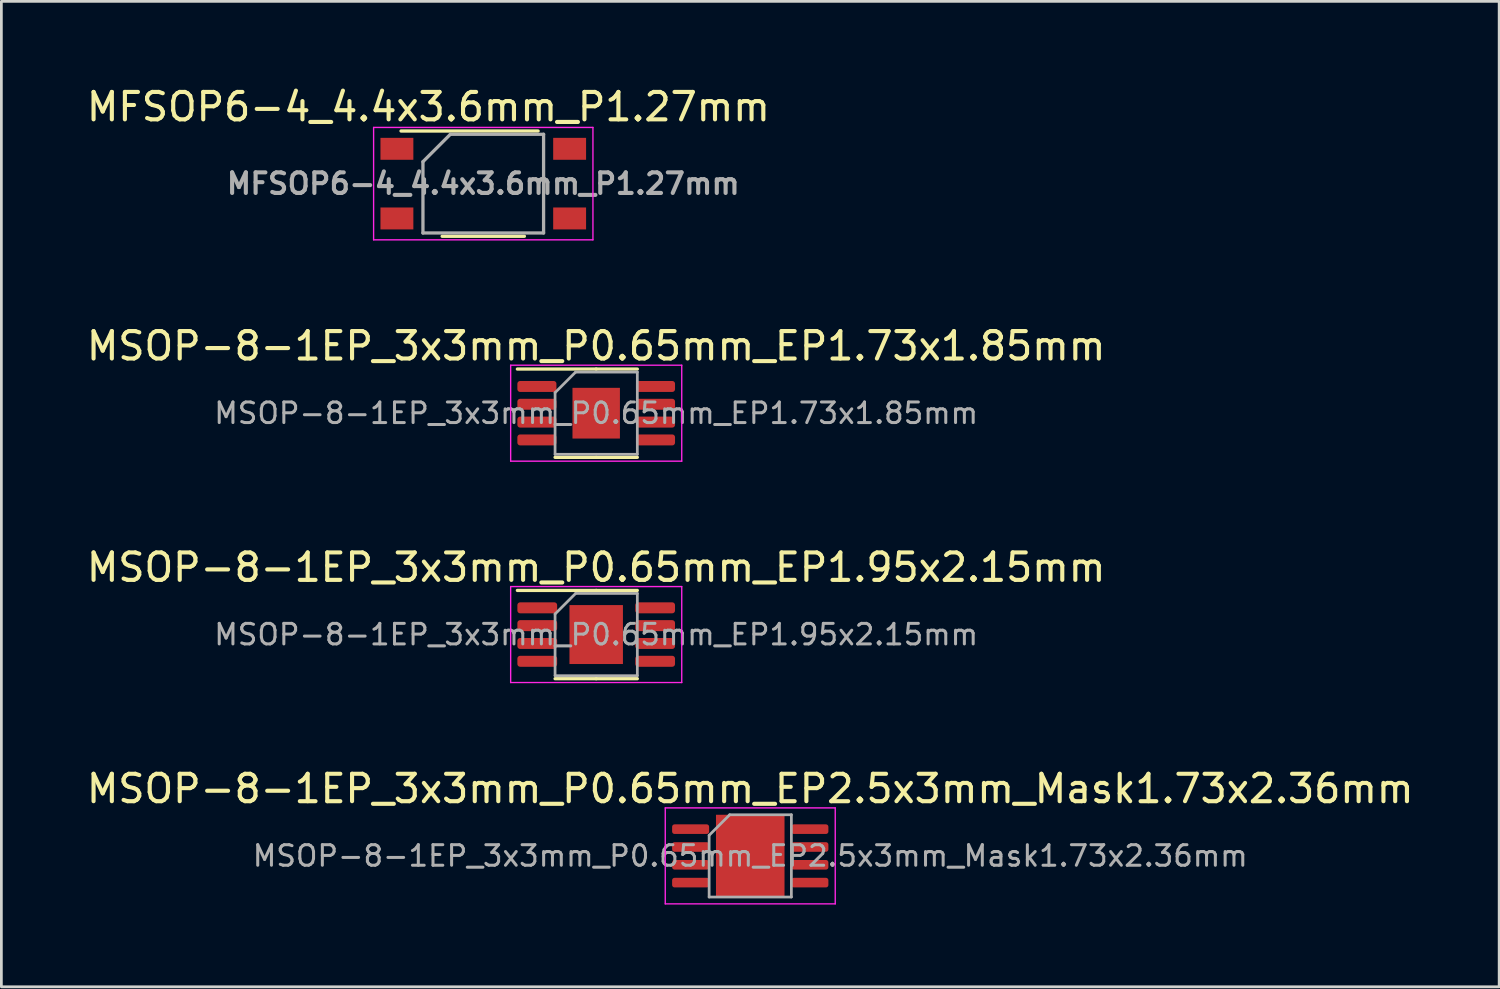
<source format=kicad_pcb>
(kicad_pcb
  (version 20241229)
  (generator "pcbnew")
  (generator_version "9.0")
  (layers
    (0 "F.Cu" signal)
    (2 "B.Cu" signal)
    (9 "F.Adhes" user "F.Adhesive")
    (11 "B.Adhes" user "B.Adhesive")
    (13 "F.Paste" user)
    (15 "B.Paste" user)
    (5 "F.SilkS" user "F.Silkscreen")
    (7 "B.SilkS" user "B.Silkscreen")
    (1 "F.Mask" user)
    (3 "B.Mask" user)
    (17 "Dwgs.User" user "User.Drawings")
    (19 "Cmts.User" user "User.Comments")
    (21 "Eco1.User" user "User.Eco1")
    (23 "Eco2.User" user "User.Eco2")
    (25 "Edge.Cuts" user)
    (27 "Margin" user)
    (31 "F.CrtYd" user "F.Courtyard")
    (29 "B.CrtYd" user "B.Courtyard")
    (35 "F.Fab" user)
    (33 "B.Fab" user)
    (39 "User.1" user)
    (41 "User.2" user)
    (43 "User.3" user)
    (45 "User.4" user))
  (footprint "MSOP-8-1EP_3x3mm_P0.65mm_EP2.5x3mm_Mask1.73x2.36mm"
    (layer "F.Cu")
    (at 24.315 28.168)
    (property "Reference" "MSOP-8-1EP_3x3mm_P0.65mm_EP2.5x3mm_Mask1.73x2.36mm" (at 0 -2.45 0) (layer "F.SilkS") (effects (font (size 1 1) (thickness 0.15))))
    (attr smd)
    (fp_line (start -3.1 -1.75) (end -3.1 1.75) (stroke (width 0.05) (type solid)) (layer "F.CrtYd"))
    (fp_line (start -3.1 1.75) (end 3.1 1.75) (stroke (width 0.05) (type solid)) (layer "F.CrtYd"))
    (fp_line (start 3.1 -1.75) (end -3.1 -1.75) (stroke (width 0.05) (type solid)) (layer "F.CrtYd"))
    (fp_line (start 3.1 1.75) (end 3.1 -1.75) (stroke (width 0.05) (type solid)) (layer "F.CrtYd"))
    (fp_line (start -1.5 -0.75) (end -0.75 -1.5) (stroke (width 0.1) (type solid)) (layer "F.Fab"))
    (fp_line (start -1.5 1.5) (end -1.5 -0.75) (stroke (width 0.1) (type solid)) (layer "F.Fab"))
    (fp_line (start -0.75 -1.5) (end 1.5 -1.5) (stroke (width 0.1) (type solid)) (layer "F.Fab"))
    (fp_line (start 1.5 -1.5) (end 1.5 1.5) (stroke (width 0.1) (type solid)) (layer "F.Fab"))
    (fp_line (start 1.5 1.5) (end -1.5 1.5) (stroke (width 0.1) (type solid)) (layer "F.Fab"))
    (fp_text user "${REFERENCE}" (at 0 0 0) (layer "F.Fab") (effects (font (size 0.75 0.75) (thickness 0.11))))
    (pad "" smd roundrect (at -0.43 -0.59) (size 0.7 0.95) (layers "F.Paste") (roundrect_rratio 0.25))
    (pad "" smd roundrect (at -0.43 0.59) (size 0.7 0.95) (layers "F.Paste") (roundrect_rratio 0.25))
    (pad "" smd rect (at 0 0) (size 1.73 2.36) (layers "F.Mask"))
    (pad "" smd roundrect (at 0.43 -0.59) (size 0.7 0.95) (layers "F.Paste") (roundrect_rratio 0.25))
    (pad "" smd roundrect (at 0.43 0.59) (size 0.7 0.95) (layers "F.Paste") (roundrect_rratio 0.25))
    (pad "1" smd roundrect (at -2.175 -0.975) (size 1.35 0.35) (layers "F.Cu" "F.Mask" "F.Paste") (roundrect_rratio 0.25))
    (pad "2" smd roundrect (at -2.175 -0.325) (size 1.35 0.35) (layers "F.Cu" "F.Mask" "F.Paste") (roundrect_rratio 0.25))
    (pad "3" smd roundrect (at -2.175 0.325) (size 1.35 0.35) (layers "F.Cu" "F.Mask" "F.Paste") (roundrect_rratio 0.25))
    (pad "4" smd roundrect (at -2.175 0.975) (size 1.35 0.35) (layers "F.Cu" "F.Mask" "F.Paste") (roundrect_rratio 0.25))
    (pad "5" smd roundrect (at 2.175 0.975) (size 1.35 0.35) (layers "F.Cu" "F.Mask" "F.Paste") (roundrect_rratio 0.25))
    (pad "6" smd roundrect (at 2.175 0.325) (size 1.35 0.35) (layers "F.Cu" "F.Mask" "F.Paste") (roundrect_rratio 0.25))
    (pad "7" smd roundrect (at 2.175 -0.325) (size 1.35 0.35) (layers "F.Cu" "F.Mask" "F.Paste") (roundrect_rratio 0.25))
    (pad "8" smd roundrect (at 2.175 -0.975) (size 1.35 0.35) (layers "F.Cu" "F.Mask" "F.Paste") (roundrect_rratio 0.25))
    (pad "9" smd rect (at 0 0) (size 2.5 3) (layers "F.Cu")))
  (footprint "MSOP-8-1EP_3x3mm_P0.65mm_EP1.95x2.15mm"
    (layer "F.Cu")
    (at 18.696 20.095)
    (property "Reference" "MSOP-8-1EP_3x3mm_P0.65mm_EP1.95x2.15mm" (at 0 -2.45 0) (layer "F.SilkS") (effects (font (size 1 1) (thickness 0.15))))
    (attr smd)
    (fp_line (start 0 -1.61) (end -2.875 -1.61) (stroke (width 0.12) (type solid)) (layer "F.SilkS"))
    (fp_line (start 0 -1.61) (end 1.5 -1.61) (stroke (width 0.12) (type solid)) (layer "F.SilkS"))
    (fp_line (start 0 1.61) (end -1.5 1.61) (stroke (width 0.12) (type solid)) (layer "F.SilkS"))
    (fp_line (start 0 1.61) (end 1.5 1.61) (stroke (width 0.12) (type solid)) (layer "F.SilkS"))
    (fp_line (start -3.12 -1.75) (end -3.12 1.75) (stroke (width 0.05) (type solid)) (layer "F.CrtYd"))
    (fp_line (start -3.12 1.75) (end 3.12 1.75) (stroke (width 0.05) (type solid)) (layer "F.CrtYd"))
    (fp_line (start 3.12 -1.75) (end -3.12 -1.75) (stroke (width 0.05) (type solid)) (layer "F.CrtYd"))
    (fp_line (start 3.12 1.75) (end 3.12 -1.75) (stroke (width 0.05) (type solid)) (layer "F.CrtYd"))
    (fp_line (start -1.5 -0.75) (end -0.75 -1.5) (stroke (width 0.1) (type solid)) (layer "F.Fab"))
    (fp_line (start -1.5 1.5) (end -1.5 -0.75) (stroke (width 0.1) (type solid)) (layer "F.Fab"))
    (fp_line (start -0.75 -1.5) (end 1.5 -1.5) (stroke (width 0.1) (type solid)) (layer "F.Fab"))
    (fp_line (start 1.5 -1.5) (end 1.5 1.5) (stroke (width 0.1) (type solid)) (layer "F.Fab"))
    (fp_line (start 1.5 1.5) (end -1.5 1.5) (stroke (width 0.1) (type solid)) (layer "F.Fab"))
    (fp_text user "${REFERENCE}" (at 0 0 0) (layer "F.Fab") (effects (font (size 0.75 0.75) (thickness 0.11))))
    (pad "" smd roundrect (at -0.49 -0.54) (size 0.79 0.87) (layers "F.Paste") (roundrect_rratio 0.25))
    (pad "" smd roundrect (at -0.49 0.54) (size 0.79 0.87) (layers "F.Paste") (roundrect_rratio 0.25))
    (pad "" smd roundrect (at 0.49 -0.54) (size 0.79 0.87) (layers "F.Paste") (roundrect_rratio 0.25))
    (pad "" smd roundrect (at 0.49 0.54) (size 0.79 0.87) (layers "F.Paste") (roundrect_rratio 0.25))
    (pad "1" smd roundrect (at -2.15 -0.975) (size 1.45 0.4) (layers "F.Cu" "F.Mask" "F.Paste") (roundrect_rratio 0.25))
    (pad "2" smd roundrect (at -2.15 -0.325) (size 1.45 0.4) (layers "F.Cu" "F.Mask" "F.Paste") (roundrect_rratio 0.25))
    (pad "3" smd roundrect (at -2.15 0.325) (size 1.45 0.4) (layers "F.Cu" "F.Mask" "F.Paste") (roundrect_rratio 0.25))
    (pad "4" smd roundrect (at -2.15 0.975) (size 1.45 0.4) (layers "F.Cu" "F.Mask" "F.Paste") (roundrect_rratio 0.25))
    (pad "5" smd roundrect (at 2.15 0.975) (size 1.45 0.4) (layers "F.Cu" "F.Mask" "F.Paste") (roundrect_rratio 0.25))
    (pad "6" smd roundrect (at 2.15 0.325) (size 1.45 0.4) (layers "F.Cu" "F.Mask" "F.Paste") (roundrect_rratio 0.25))
    (pad "7" smd roundrect (at 2.15 -0.325) (size 1.45 0.4) (layers "F.Cu" "F.Mask" "F.Paste") (roundrect_rratio 0.25))
    (pad "8" smd roundrect (at 2.15 -0.975) (size 1.45 0.4) (layers "F.Cu" "F.Mask" "F.Paste") (roundrect_rratio 0.25))
    (pad "9" smd rect (at 0 0) (size 1.95 2.15) (layers "F.Cu" "F.Mask")))
  (footprint "MSOP-8-1EP_3x3mm_P0.65mm_EP1.73x1.85mm"
    (layer "F.Cu")
    (at 18.696 12.021)
    (property "Reference" "MSOP-8-1EP_3x3mm_P0.65mm_EP1.73x1.85mm" (at 0 -2.45 0) (layer "F.SilkS") (effects (font (size 1 1) (thickness 0.15))))
    (attr smd)
    (fp_line (start 0 -1.61) (end -2.875 -1.61) (stroke (width 0.12) (type solid)) (layer "F.SilkS"))
    (fp_line (start 0 -1.61) (end 1.5 -1.61) (stroke (width 0.12) (type solid)) (layer "F.SilkS"))
    (fp_line (start 0 1.61) (end -1.5 1.61) (stroke (width 0.12) (type solid)) (layer "F.SilkS"))
    (fp_line (start 0 1.61) (end 1.5 1.61) (stroke (width 0.12) (type solid)) (layer "F.SilkS"))
    (fp_line (start -3.12 -1.75) (end -3.12 1.75) (stroke (width 0.05) (type solid)) (layer "F.CrtYd"))
    (fp_line (start -3.12 1.75) (end 3.12 1.75) (stroke (width 0.05) (type solid)) (layer "F.CrtYd"))
    (fp_line (start 3.12 -1.75) (end -3.12 -1.75) (stroke (width 0.05) (type solid)) (layer "F.CrtYd"))
    (fp_line (start 3.12 1.75) (end 3.12 -1.75) (stroke (width 0.05) (type solid)) (layer "F.CrtYd"))
    (fp_line (start -1.5 -0.75) (end -0.75 -1.5) (stroke (width 0.1) (type solid)) (layer "F.Fab"))
    (fp_line (start -1.5 1.5) (end -1.5 -0.75) (stroke (width 0.1) (type solid)) (layer "F.Fab"))
    (fp_line (start -0.75 -1.5) (end 1.5 -1.5) (stroke (width 0.1) (type solid)) (layer "F.Fab"))
    (fp_line (start 1.5 -1.5) (end 1.5 1.5) (stroke (width 0.1) (type solid)) (layer "F.Fab"))
    (fp_line (start 1.5 1.5) (end -1.5 1.5) (stroke (width 0.1) (type solid)) (layer "F.Fab"))
    (fp_text user "${REFERENCE}" (at 0 0 0) (layer "F.Fab") (effects (font (size 0.75 0.75) (thickness 0.11))))
    (pad "" smd roundrect (at -0.43 -0.46) (size 0.7 0.75) (layers "F.Paste") (roundrect_rratio 0.25))
    (pad "" smd roundrect (at -0.43 0.46) (size 0.7 0.75) (layers "F.Paste") (roundrect_rratio 0.25))
    (pad "" smd roundrect (at 0.43 -0.46) (size 0.7 0.75) (layers "F.Paste") (roundrect_rratio 0.25))
    (pad "" smd roundrect (at 0.43 0.46) (size 0.7 0.75) (layers "F.Paste") (roundrect_rratio 0.25))
    (pad "1" smd roundrect (at -2.163 -0.975) (size 1.425 0.4) (layers "F.Cu" "F.Mask" "F.Paste") (roundrect_rratio 0.25))
    (pad "2" smd roundrect (at -2.163 -0.325) (size 1.425 0.4) (layers "F.Cu" "F.Mask" "F.Paste") (roundrect_rratio 0.25))
    (pad "3" smd roundrect (at -2.163 0.325) (size 1.425 0.4) (layers "F.Cu" "F.Mask" "F.Paste") (roundrect_rratio 0.25))
    (pad "4" smd roundrect (at -2.163 0.975) (size 1.425 0.4) (layers "F.Cu" "F.Mask" "F.Paste") (roundrect_rratio 0.25))
    (pad "5" smd roundrect (at 2.163 0.975) (size 1.425 0.4) (layers "F.Cu" "F.Mask" "F.Paste") (roundrect_rratio 0.25))
    (pad "6" smd roundrect (at 2.163 0.325) (size 1.425 0.4) (layers "F.Cu" "F.Mask" "F.Paste") (roundrect_rratio 0.25))
    (pad "7" smd roundrect (at 2.163 -0.325) (size 1.425 0.4) (layers "F.Cu" "F.Mask" "F.Paste") (roundrect_rratio 0.25))
    (pad "8" smd roundrect (at 2.163 -0.975) (size 1.425 0.4) (layers "F.Cu" "F.Mask" "F.Paste") (roundrect_rratio 0.25))
    (pad "9" smd rect (at 0 0) (size 1.73 1.85) (layers "F.Cu" "F.Mask")))
  (footprint "MFSOP6-4_4.4x3.6mm_P1.27mm"
    (layer "F.Cu")
    (at 14.577 3.648)
    (property "Reference" "MFSOP6-4_4.4x3.6mm_P1.27mm" (at -2 -2.8 0) (layer "F.SilkS") (effects (font (size 1 1) (thickness 0.15))))
    (attr smd)
    (fp_line (start -3 -1.92) (end 2 -1.92) (stroke (width 0.12) (type solid)) (layer "F.SilkS"))
    (fp_line (start 1.5 1.92) (end -1.5 1.92) (stroke (width 0.12) (type solid)) (layer "F.SilkS"))
    (fp_line (start -4 -2.05) (end -4 2.05) (stroke (width 0.05) (type solid)) (layer "F.CrtYd"))
    (fp_line (start -4 -2.05) (end 4 -2.05) (stroke (width 0.05) (type solid)) (layer "F.CrtYd"))
    (fp_line (start 4 2.05) (end -4 2.05) (stroke (width 0.05) (type solid)) (layer "F.CrtYd"))
    (fp_line (start 4 2.05) (end 4 -2.05) (stroke (width 0.05) (type solid)) (layer "F.CrtYd"))
    (fp_line (start -2.2 -0.8) (end -2.2 1.8) (stroke (width 0.12) (type solid)) (layer "F.Fab"))
    (fp_line (start -2.2 1.8) (end 2.2 1.8) (stroke (width 0.12) (type solid)) (layer "F.Fab"))
    (fp_line (start -1.2 -1.8) (end -2.2 -0.8) (stroke (width 0.12) (type solid)) (layer "F.Fab"))
    (fp_line (start 2.2 -1.8) (end -1.2 -1.8) (stroke (width 0.12) (type solid)) (layer "F.Fab"))
    (fp_line (start 2.2 1.8) (end 2.2 -1.8) (stroke (width 0.12) (type solid)) (layer "F.Fab"))
    (fp_text user "${REFERENCE}" (at 0 0 0) (layer "F.Fab") (effects (font (size 0.75 0.75) (thickness 0.15))))
    (pad "1" smd rect (at -3.15 -1.27) (size 1.2 0.8) (layers "F.Cu" "F.Mask" "F.Paste"))
    (pad "3" smd rect (at -3.15 1.27) (size 1.2 0.8) (layers "F.Cu" "F.Mask" "F.Paste"))
    (pad "4" smd rect (at 3.15 1.27) (size 1.2 0.8) (layers "F.Cu" "F.Mask" "F.Paste"))
    (pad "6" smd rect (at 3.15 -1.27) (size 1.2 0.8) (layers "F.Cu" "F.Mask" "F.Paste")))
  (gr_rect
    (start -3 -3)
    (end 51.631 32.943)
    (stroke (width 0.1) (type default))
    (fill no)
    (layer "Edge.Cuts")))
</source>
